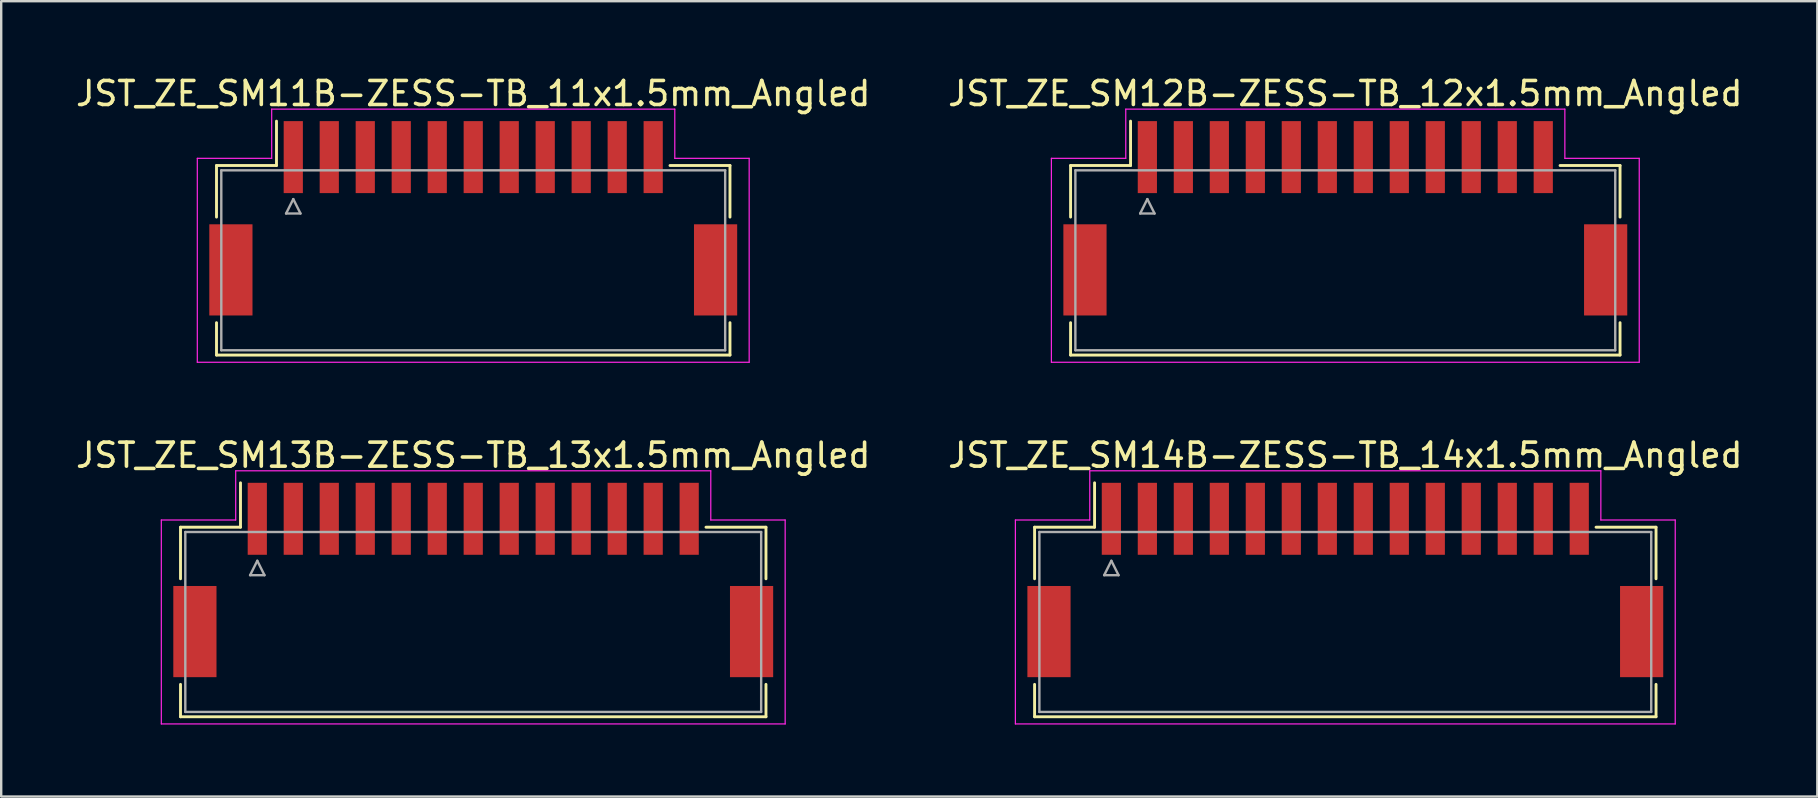
<source format=kicad_pcb>
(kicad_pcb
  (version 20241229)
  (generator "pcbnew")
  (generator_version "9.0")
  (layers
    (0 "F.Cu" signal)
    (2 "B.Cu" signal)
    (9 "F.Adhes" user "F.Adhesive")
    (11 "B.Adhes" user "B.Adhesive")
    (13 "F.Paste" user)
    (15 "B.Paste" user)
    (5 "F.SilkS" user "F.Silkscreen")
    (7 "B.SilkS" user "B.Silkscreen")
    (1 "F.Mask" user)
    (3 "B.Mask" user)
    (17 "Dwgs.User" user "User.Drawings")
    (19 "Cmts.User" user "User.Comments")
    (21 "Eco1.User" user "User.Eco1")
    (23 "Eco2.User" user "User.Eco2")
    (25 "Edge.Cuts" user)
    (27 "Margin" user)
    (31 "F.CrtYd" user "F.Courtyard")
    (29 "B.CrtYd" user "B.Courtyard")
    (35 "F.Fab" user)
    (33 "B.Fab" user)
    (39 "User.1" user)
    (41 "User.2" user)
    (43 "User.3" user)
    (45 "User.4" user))
  (footprint "JST_ZE_SM13B-ZESS-TB_13x1.5mm_Angled"
    (layer "F.Cu")
    (at 16.673 20.922)
    (property "Reference" "JST_ZE_SM13B-ZESS-TB_13x1.5mm_Angled" (at 0 -5 0) (layer "F.SilkS") (effects (font (size 1 1) (thickness 0.15))))
    (attr smd)
    (fp_line (start -12.2 -2) (end -9.7 -2) (stroke (width 0.12) (type solid)) (layer "F.SilkS"))
    (fp_line (start -12.2 0.15) (end -12.2 -2) (stroke (width 0.12) (type solid)) (layer "F.SilkS"))
    (fp_line (start -12.2 4.55) (end -12.2 5.9) (stroke (width 0.12) (type solid)) (layer "F.SilkS"))
    (fp_line (start -12.2 5.9) (end 12.2 5.9) (stroke (width 0.12) (type solid)) (layer "F.SilkS"))
    (fp_line (start -9.7 -2) (end -9.7 -3.85) (stroke (width 0.12) (type solid)) (layer "F.SilkS"))
    (fp_line (start 12.2 -2) (end 9.7 -2) (stroke (width 0.12) (type solid)) (layer "F.SilkS"))
    (fp_line (start 12.2 0.15) (end 12.2 -2) (stroke (width 0.12) (type solid)) (layer "F.SilkS"))
    (fp_line (start 12.2 5.9) (end 12.2 4.55) (stroke (width 0.12) (type solid)) (layer "F.SilkS"))
    (fp_line (start -13 -2.3) (end -13 6.2) (stroke (width 0.05) (type solid)) (layer "F.CrtYd"))
    (fp_line (start -13 6.2) (end 13 6.2) (stroke (width 0.05) (type solid)) (layer "F.CrtYd"))
    (fp_line (start -9.9 -4.35) (end -9.9 -2.3) (stroke (width 0.05) (type solid)) (layer "F.CrtYd"))
    (fp_line (start -9.9 -2.3) (end -13 -2.3) (stroke (width 0.05) (type solid)) (layer "F.CrtYd"))
    (fp_line (start 9.9 -4.35) (end -9.9 -4.35) (stroke (width 0.05) (type solid)) (layer "F.CrtYd"))
    (fp_line (start 9.9 -2.3) (end 9.9 -4.35) (stroke (width 0.05) (type solid)) (layer "F.CrtYd"))
    (fp_line (start 13 -2.3) (end 9.9 -2.3) (stroke (width 0.05) (type solid)) (layer "F.CrtYd"))
    (fp_line (start 13 6.2) (end 13 -2.3) (stroke (width 0.05) (type solid)) (layer "F.CrtYd"))
    (fp_line (start -12 -1.8) (end -12 5.7) (stroke (width 0.1) (type solid)) (layer "F.Fab"))
    (fp_line (start -12 5.7) (end 12 5.7) (stroke (width 0.1) (type solid)) (layer "F.Fab"))
    (fp_line (start -9.3 0) (end -8.7 0) (stroke (width 0.1) (type solid)) (layer "F.Fab"))
    (fp_line (start -9 -0.6) (end -9.3 0) (stroke (width 0.1) (type solid)) (layer "F.Fab"))
    (fp_line (start -8.7 0) (end -9 -0.6) (stroke (width 0.1) (type solid)) (layer "F.Fab"))
    (fp_line (start 12 -1.8) (end -12 -1.8) (stroke (width 0.1) (type solid)) (layer "F.Fab"))
    (fp_line (start 12 5.7) (end 12 -1.8) (stroke (width 0.1) (type solid)) (layer "F.Fab"))
    (pad "" smd rect (at -11.6 2.35) (size 1.8 3.8) (layers "F.Cu" "F.Mask" "F.Paste"))
    (pad "" smd rect (at 11.6 2.35) (size 1.8 3.8) (layers "F.Cu" "F.Mask" "F.Paste"))
    (pad "1" smd rect (at -9 -2.35) (size 0.8 3) (layers "F.Cu" "F.Mask" "F.Paste"))
    (pad "2" smd rect (at -7.5 -2.35) (size 0.8 3) (layers "F.Cu" "F.Mask" "F.Paste"))
    (pad "3" smd rect (at -6 -2.35) (size 0.8 3) (layers "F.Cu" "F.Mask" "F.Paste"))
    (pad "4" smd rect (at -4.5 -2.35) (size 0.8 3) (layers "F.Cu" "F.Mask" "F.Paste"))
    (pad "5" smd rect (at -3 -2.35) (size 0.8 3) (layers "F.Cu" "F.Mask" "F.Paste"))
    (pad "6" smd rect (at -1.5 -2.35) (size 0.8 3) (layers "F.Cu" "F.Mask" "F.Paste"))
    (pad "7" smd rect (at 0 -2.35) (size 0.8 3) (layers "F.Cu" "F.Mask" "F.Paste"))
    (pad "8" smd rect (at 1.5 -2.35) (size 0.8 3) (layers "F.Cu" "F.Mask" "F.Paste"))
    (pad "9" smd rect (at 3 -2.35) (size 0.8 3) (layers "F.Cu" "F.Mask" "F.Paste"))
    (pad "10" smd rect (at 4.5 -2.35) (size 0.8 3) (layers "F.Cu" "F.Mask" "F.Paste"))
    (pad "11" smd rect (at 6 -2.35) (size 0.8 3) (layers "F.Cu" "F.Mask" "F.Paste"))
    (pad "12" smd rect (at 7.5 -2.35) (size 0.8 3) (layers "F.Cu" "F.Mask" "F.Paste"))
    (pad "13" smd rect (at 9 -2.35) (size 0.8 3) (layers "F.Cu" "F.Mask" "F.Paste")))
  (footprint "JST_ZE_SM11B-ZESS-TB_11x1.5mm_Angled"
    (layer "F.Cu")
    (at 16.673 5.848)
    (property "Reference" "JST_ZE_SM11B-ZESS-TB_11x1.5mm_Angled" (at 0 -5 0) (layer "F.SilkS") (effects (font (size 1 1) (thickness 0.15))))
    (attr smd)
    (fp_line (start -10.7 -2) (end -8.2 -2) (stroke (width 0.12) (type solid)) (layer "F.SilkS"))
    (fp_line (start -10.7 0.15) (end -10.7 -2) (stroke (width 0.12) (type solid)) (layer "F.SilkS"))
    (fp_line (start -10.7 4.55) (end -10.7 5.9) (stroke (width 0.12) (type solid)) (layer "F.SilkS"))
    (fp_line (start -10.7 5.9) (end 10.7 5.9) (stroke (width 0.12) (type solid)) (layer "F.SilkS"))
    (fp_line (start -8.2 -2) (end -8.2 -3.85) (stroke (width 0.12) (type solid)) (layer "F.SilkS"))
    (fp_line (start 10.7 -2) (end 8.2 -2) (stroke (width 0.12) (type solid)) (layer "F.SilkS"))
    (fp_line (start 10.7 0.15) (end 10.7 -2) (stroke (width 0.12) (type solid)) (layer "F.SilkS"))
    (fp_line (start 10.7 5.9) (end 10.7 4.55) (stroke (width 0.12) (type solid)) (layer "F.SilkS"))
    (fp_line (start -11.5 -2.3) (end -11.5 6.2) (stroke (width 0.05) (type solid)) (layer "F.CrtYd"))
    (fp_line (start -11.5 6.2) (end 11.5 6.2) (stroke (width 0.05) (type solid)) (layer "F.CrtYd"))
    (fp_line (start -8.4 -4.35) (end -8.4 -2.3) (stroke (width 0.05) (type solid)) (layer "F.CrtYd"))
    (fp_line (start -8.4 -2.3) (end -11.5 -2.3) (stroke (width 0.05) (type solid)) (layer "F.CrtYd"))
    (fp_line (start 8.4 -4.35) (end -8.4 -4.35) (stroke (width 0.05) (type solid)) (layer "F.CrtYd"))
    (fp_line (start 8.4 -2.3) (end 8.4 -4.35) (stroke (width 0.05) (type solid)) (layer "F.CrtYd"))
    (fp_line (start 11.5 -2.3) (end 8.4 -2.3) (stroke (width 0.05) (type solid)) (layer "F.CrtYd"))
    (fp_line (start 11.5 6.2) (end 11.5 -2.3) (stroke (width 0.05) (type solid)) (layer "F.CrtYd"))
    (fp_line (start -10.5 -1.8) (end -10.5 5.7) (stroke (width 0.1) (type solid)) (layer "F.Fab"))
    (fp_line (start -10.5 5.7) (end 10.5 5.7) (stroke (width 0.1) (type solid)) (layer "F.Fab"))
    (fp_line (start -7.8 0) (end -7.2 0) (stroke (width 0.1) (type solid)) (layer "F.Fab"))
    (fp_line (start -7.5 -0.6) (end -7.8 0) (stroke (width 0.1) (type solid)) (layer "F.Fab"))
    (fp_line (start -7.2 0) (end -7.5 -0.6) (stroke (width 0.1) (type solid)) (layer "F.Fab"))
    (fp_line (start 10.5 -1.8) (end -10.5 -1.8) (stroke (width 0.1) (type solid)) (layer "F.Fab"))
    (fp_line (start 10.5 5.7) (end 10.5 -1.8) (stroke (width 0.1) (type solid)) (layer "F.Fab"))
    (pad "" smd rect (at -10.1 2.35) (size 1.8 3.8) (layers "F.Cu" "F.Mask" "F.Paste"))
    (pad "" smd rect (at 10.1 2.35) (size 1.8 3.8) (layers "F.Cu" "F.Mask" "F.Paste"))
    (pad "1" smd rect (at -7.5 -2.35) (size 0.8 3) (layers "F.Cu" "F.Mask" "F.Paste"))
    (pad "2" smd rect (at -6 -2.35) (size 0.8 3) (layers "F.Cu" "F.Mask" "F.Paste"))
    (pad "3" smd rect (at -4.5 -2.35) (size 0.8 3) (layers "F.Cu" "F.Mask" "F.Paste"))
    (pad "4" smd rect (at -3 -2.35) (size 0.8 3) (layers "F.Cu" "F.Mask" "F.Paste"))
    (pad "5" smd rect (at -1.5 -2.35) (size 0.8 3) (layers "F.Cu" "F.Mask" "F.Paste"))
    (pad "6" smd rect (at 0 -2.35) (size 0.8 3) (layers "F.Cu" "F.Mask" "F.Paste"))
    (pad "7" smd rect (at 1.5 -2.35) (size 0.8 3) (layers "F.Cu" "F.Mask" "F.Paste"))
    (pad "8" smd rect (at 3 -2.35) (size 0.8 3) (layers "F.Cu" "F.Mask" "F.Paste"))
    (pad "9" smd rect (at 4.5 -2.35) (size 0.8 3) (layers "F.Cu" "F.Mask" "F.Paste"))
    (pad "10" smd rect (at 6 -2.35) (size 0.8 3) (layers "F.Cu" "F.Mask" "F.Paste"))
    (pad "11" smd rect (at 7.5 -2.35) (size 0.8 3) (layers "F.Cu" "F.Mask" "F.Paste")))
  (footprint "JST_ZE_SM12B-ZESS-TB_12x1.5mm_Angled"
    (layer "F.Cu")
    (at 53.018 5.848)
    (property "Reference" "JST_ZE_SM12B-ZESS-TB_12x1.5mm_Angled" (at 0 -5 0) (layer "F.SilkS") (effects (font (size 1 1) (thickness 0.15))))
    (attr smd)
    (fp_line (start -11.45 -2) (end -8.95 -2) (stroke (width 0.12) (type solid)) (layer "F.SilkS"))
    (fp_line (start -11.45 0.15) (end -11.45 -2) (stroke (width 0.12) (type solid)) (layer "F.SilkS"))
    (fp_line (start -11.45 4.55) (end -11.45 5.9) (stroke (width 0.12) (type solid)) (layer "F.SilkS"))
    (fp_line (start -11.45 5.9) (end 11.45 5.9) (stroke (width 0.12) (type solid)) (layer "F.SilkS"))
    (fp_line (start -8.95 -2) (end -8.95 -3.85) (stroke (width 0.12) (type solid)) (layer "F.SilkS"))
    (fp_line (start 11.45 -2) (end 8.95 -2) (stroke (width 0.12) (type solid)) (layer "F.SilkS"))
    (fp_line (start 11.45 0.15) (end 11.45 -2) (stroke (width 0.12) (type solid)) (layer "F.SilkS"))
    (fp_line (start 11.45 5.9) (end 11.45 4.55) (stroke (width 0.12) (type solid)) (layer "F.SilkS"))
    (fp_line (start -12.25 -2.3) (end -12.25 6.2) (stroke (width 0.05) (type solid)) (layer "F.CrtYd"))
    (fp_line (start -12.25 6.2) (end 12.25 6.2) (stroke (width 0.05) (type solid)) (layer "F.CrtYd"))
    (fp_line (start -9.15 -4.35) (end -9.15 -2.3) (stroke (width 0.05) (type solid)) (layer "F.CrtYd"))
    (fp_line (start -9.15 -2.3) (end -12.25 -2.3) (stroke (width 0.05) (type solid)) (layer "F.CrtYd"))
    (fp_line (start 9.15 -4.35) (end -9.15 -4.35) (stroke (width 0.05) (type solid)) (layer "F.CrtYd"))
    (fp_line (start 9.15 -2.3) (end 9.15 -4.35) (stroke (width 0.05) (type solid)) (layer "F.CrtYd"))
    (fp_line (start 12.25 -2.3) (end 9.15 -2.3) (stroke (width 0.05) (type solid)) (layer "F.CrtYd"))
    (fp_line (start 12.25 6.2) (end 12.25 -2.3) (stroke (width 0.05) (type solid)) (layer "F.CrtYd"))
    (fp_line (start -11.25 -1.8) (end -11.25 5.7) (stroke (width 0.1) (type solid)) (layer "F.Fab"))
    (fp_line (start -11.25 5.7) (end 11.25 5.7) (stroke (width 0.1) (type solid)) (layer "F.Fab"))
    (fp_line (start -8.55 0) (end -7.95 0) (stroke (width 0.1) (type solid)) (layer "F.Fab"))
    (fp_line (start -8.25 -0.6) (end -8.55 0) (stroke (width 0.1) (type solid)) (layer "F.Fab"))
    (fp_line (start -7.95 0) (end -8.25 -0.6) (stroke (width 0.1) (type solid)) (layer "F.Fab"))
    (fp_line (start 11.25 -1.8) (end -11.25 -1.8) (stroke (width 0.1) (type solid)) (layer "F.Fab"))
    (fp_line (start 11.25 5.7) (end 11.25 -1.8) (stroke (width 0.1) (type solid)) (layer "F.Fab"))
    (pad "" smd rect (at -10.85 2.35) (size 1.8 3.8) (layers "F.Cu" "F.Mask" "F.Paste"))
    (pad "" smd rect (at 10.85 2.35) (size 1.8 3.8) (layers "F.Cu" "F.Mask" "F.Paste"))
    (pad "1" smd rect (at -8.25 -2.35) (size 0.8 3) (layers "F.Cu" "F.Mask" "F.Paste"))
    (pad "2" smd rect (at -6.75 -2.35) (size 0.8 3) (layers "F.Cu" "F.Mask" "F.Paste"))
    (pad "3" smd rect (at -5.25 -2.35) (size 0.8 3) (layers "F.Cu" "F.Mask" "F.Paste"))
    (pad "4" smd rect (at -3.75 -2.35) (size 0.8 3) (layers "F.Cu" "F.Mask" "F.Paste"))
    (pad "5" smd rect (at -2.25 -2.35) (size 0.8 3) (layers "F.Cu" "F.Mask" "F.Paste"))
    (pad "6" smd rect (at -0.75 -2.35) (size 0.8 3) (layers "F.Cu" "F.Mask" "F.Paste"))
    (pad "7" smd rect (at 0.75 -2.35) (size 0.8 3) (layers "F.Cu" "F.Mask" "F.Paste"))
    (pad "8" smd rect (at 2.25 -2.35) (size 0.8 3) (layers "F.Cu" "F.Mask" "F.Paste"))
    (pad "9" smd rect (at 3.75 -2.35) (size 0.8 3) (layers "F.Cu" "F.Mask" "F.Paste"))
    (pad "10" smd rect (at 5.25 -2.35) (size 0.8 3) (layers "F.Cu" "F.Mask" "F.Paste"))
    (pad "11" smd rect (at 6.75 -2.35) (size 0.8 3) (layers "F.Cu" "F.Mask" "F.Paste"))
    (pad "12" smd rect (at 8.25 -2.35) (size 0.8 3) (layers "F.Cu" "F.Mask" "F.Paste")))
  (footprint "JST_ZE_SM14B-ZESS-TB_14x1.5mm_Angled"
    (layer "F.Cu")
    (at 53.018 20.922)
    (property "Reference" "JST_ZE_SM14B-ZESS-TB_14x1.5mm_Angled" (at 0 -5 0) (layer "F.SilkS") (effects (font (size 1 1) (thickness 0.15))))
    (attr smd)
    (fp_line (start -12.95 -2) (end -10.45 -2) (stroke (width 0.12) (type solid)) (layer "F.SilkS"))
    (fp_line (start -12.95 0.15) (end -12.95 -2) (stroke (width 0.12) (type solid)) (layer "F.SilkS"))
    (fp_line (start -12.95 4.55) (end -12.95 5.9) (stroke (width 0.12) (type solid)) (layer "F.SilkS"))
    (fp_line (start -12.95 5.9) (end 12.95 5.9) (stroke (width 0.12) (type solid)) (layer "F.SilkS"))
    (fp_line (start -10.45 -2) (end -10.45 -3.85) (stroke (width 0.12) (type solid)) (layer "F.SilkS"))
    (fp_line (start 12.95 -2) (end 10.45 -2) (stroke (width 0.12) (type solid)) (layer "F.SilkS"))
    (fp_line (start 12.95 0.15) (end 12.95 -2) (stroke (width 0.12) (type solid)) (layer "F.SilkS"))
    (fp_line (start 12.95 5.9) (end 12.95 4.55) (stroke (width 0.12) (type solid)) (layer "F.SilkS"))
    (fp_line (start -13.75 -2.3) (end -13.75 6.2) (stroke (width 0.05) (type solid)) (layer "F.CrtYd"))
    (fp_line (start -13.75 6.2) (end 13.75 6.2) (stroke (width 0.05) (type solid)) (layer "F.CrtYd"))
    (fp_line (start -10.65 -4.35) (end -10.65 -2.3) (stroke (width 0.05) (type solid)) (layer "F.CrtYd"))
    (fp_line (start -10.65 -2.3) (end -13.75 -2.3) (stroke (width 0.05) (type solid)) (layer "F.CrtYd"))
    (fp_line (start 10.65 -4.35) (end -10.65 -4.35) (stroke (width 0.05) (type solid)) (layer "F.CrtYd"))
    (fp_line (start 10.65 -2.3) (end 10.65 -4.35) (stroke (width 0.05) (type solid)) (layer "F.CrtYd"))
    (fp_line (start 13.75 -2.3) (end 10.65 -2.3) (stroke (width 0.05) (type solid)) (layer "F.CrtYd"))
    (fp_line (start 13.75 6.2) (end 13.75 -2.3) (stroke (width 0.05) (type solid)) (layer "F.CrtYd"))
    (fp_line (start -12.75 -1.8) (end -12.75 5.7) (stroke (width 0.1) (type solid)) (layer "F.Fab"))
    (fp_line (start -12.75 5.7) (end 12.75 5.7) (stroke (width 0.1) (type solid)) (layer "F.Fab"))
    (fp_line (start -10.05 0) (end -9.45 0) (stroke (width 0.1) (type solid)) (layer "F.Fab"))
    (fp_line (start -9.75 -0.6) (end -10.05 0) (stroke (width 0.1) (type solid)) (layer "F.Fab"))
    (fp_line (start -9.45 0) (end -9.75 -0.6) (stroke (width 0.1) (type solid)) (layer "F.Fab"))
    (fp_line (start 12.75 -1.8) (end -12.75 -1.8) (stroke (width 0.1) (type solid)) (layer "F.Fab"))
    (fp_line (start 12.75 5.7) (end 12.75 -1.8) (stroke (width 0.1) (type solid)) (layer "F.Fab"))
    (pad "" smd rect (at -12.35 2.35) (size 1.8 3.8) (layers "F.Cu" "F.Mask" "F.Paste"))
    (pad "" smd rect (at 12.35 2.35) (size 1.8 3.8) (layers "F.Cu" "F.Mask" "F.Paste"))
    (pad "1" smd rect (at -9.75 -2.35) (size 0.8 3) (layers "F.Cu" "F.Mask" "F.Paste"))
    (pad "2" smd rect (at -8.25 -2.35) (size 0.8 3) (layers "F.Cu" "F.Mask" "F.Paste"))
    (pad "3" smd rect (at -6.75 -2.35) (size 0.8 3) (layers "F.Cu" "F.Mask" "F.Paste"))
    (pad "4" smd rect (at -5.25 -2.35) (size 0.8 3) (layers "F.Cu" "F.Mask" "F.Paste"))
    (pad "5" smd rect (at -3.75 -2.35) (size 0.8 3) (layers "F.Cu" "F.Mask" "F.Paste"))
    (pad "6" smd rect (at -2.25 -2.35) (size 0.8 3) (layers "F.Cu" "F.Mask" "F.Paste"))
    (pad "7" smd rect (at -0.75 -2.35) (size 0.8 3) (layers "F.Cu" "F.Mask" "F.Paste"))
    (pad "8" smd rect (at 0.75 -2.35) (size 0.8 3) (layers "F.Cu" "F.Mask" "F.Paste"))
    (pad "9" smd rect (at 2.25 -2.35) (size 0.8 3) (layers "F.Cu" "F.Mask" "F.Paste"))
    (pad "10" smd rect (at 3.75 -2.35) (size 0.8 3) (layers "F.Cu" "F.Mask" "F.Paste"))
    (pad "11" smd rect (at 5.25 -2.35) (size 0.8 3) (layers "F.Cu" "F.Mask" "F.Paste"))
    (pad "12" smd rect (at 6.75 -2.35) (size 0.8 3) (layers "F.Cu" "F.Mask" "F.Paste"))
    (pad "13" smd rect (at 8.25 -2.35) (size 0.8 3) (layers "F.Cu" "F.Mask" "F.Paste"))
    (pad "14" smd rect (at 9.75 -2.35) (size 0.8 3) (layers "F.Cu" "F.Mask" "F.Paste")))
  (gr_rect
    (start -3 -3)
    (end 72.69 30.146)
    (stroke (width 0.1) (type default))
    (fill no)
    (layer "Edge.Cuts")))
</source>
